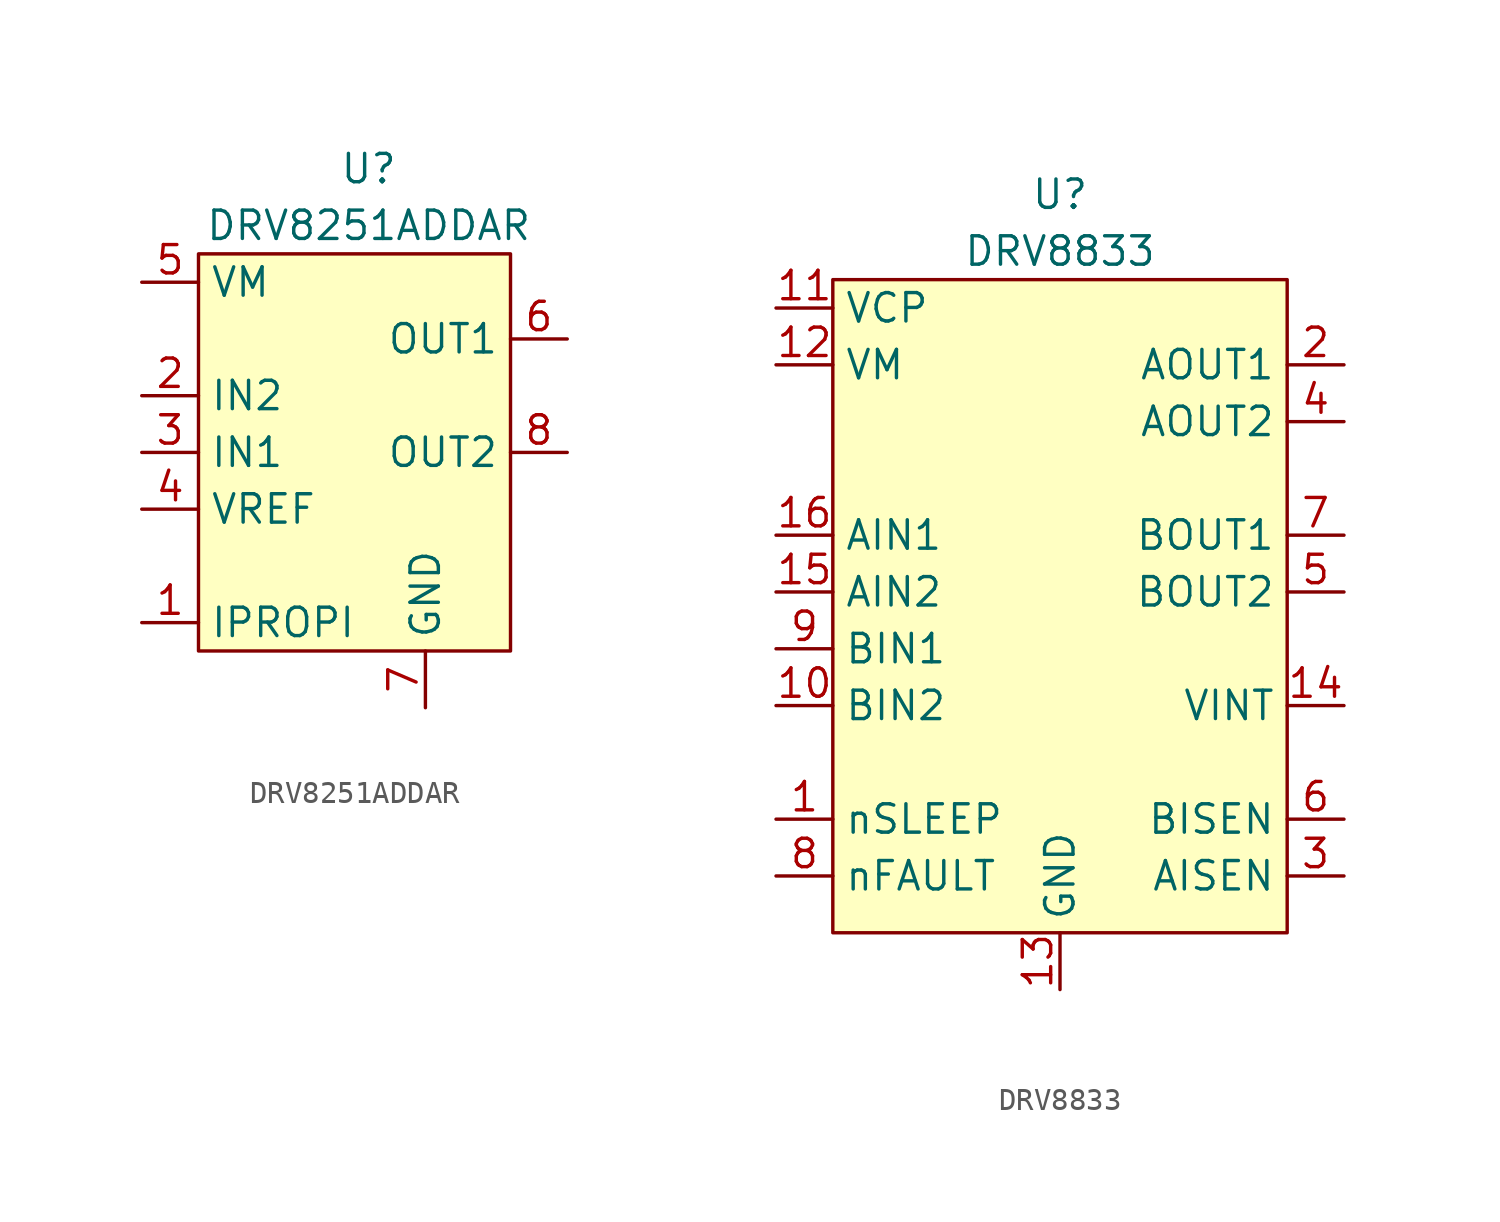
<source format=kicad_sym>
(kicad_symbol_lib
  (version 20220914)
  (generator kicad_symbol_editor)
  (symbol "DRV8251ADDAR"
    (property "Reference" "U"
      (at 0 5.08 0)
      (effects (font (size 1.27 1.27))))
    (property "Value" "DRV8251ADDAR"
      (at 0 2.54 0)
      (effects (font (size 1.27 1.27))))
    (symbol "DRV8251ADDAR_0_1"
      (rectangle (start 6.35 -16.51) (end -7.62 1.27) (stroke (width 0) (type default)) (fill (type background))))
    (symbol "DRV8251ADDAR_1_1"
      (pin output line (at -10.16 -15.24 0) (length 2.54) (name "IPROPI" (effects (font (size 1.27 1.27)))) (number "1" (effects (font (size 1.27 1.27)))))
      (pin input line (at -10.16 -5.08 0) (length 2.54) (name "IN2" (effects (font (size 1.27 1.27)))) (number "2" (effects (font (size 1.27 1.27)))))
      (pin input line (at -10.16 -7.62 0) (length 2.54) (name "IN1" (effects (font (size 1.27 1.27)))) (number "3" (effects (font (size 1.27 1.27)))))
      (pin input line (at -10.16 -10.16 0) (length 2.54) (name "VREF" (effects (font (size 1.27 1.27)))) (number "4" (effects (font (size 1.27 1.27)))))
      (pin power_in line (at -10.16 0 0) (length 2.54) (name "VM" (effects (font (size 1.27 1.27)))) (number "5" (effects (font (size 1.27 1.27)))))
      (pin power_out line (at 8.89 -2.54 180) (length 2.54) (name "OUT1" (effects (font (size 1.27 1.27)))) (number "6" (effects (font (size 1.27 1.27)))))
      (pin power_in line (at 2.54 -19.05 90) (length 2.54) (name "GND" (effects (font (size 1.27 1.27)))) (number "7" (effects (font (size 1.27 1.27)))))
      (pin power_out line (at 8.89 -7.62 180) (length 2.54) (name "OUT2" (effects (font (size 1.27 1.27)))) (number "8" (effects (font (size 1.27 1.27)))))
      (pin power_in line (at 2.54 -19.05 90) (length 2.54) hide (name "GND" (effects (font (size 1.27 1.27)))) (number "9" (effects (font (size 1.27 1.27)))))))
  (symbol "DRV8833"
    (property "Reference" "U"
      (at 0 5.08 0)
      (effects (font (size 1.27 1.27))))
    (property "Value" "DRV8833"
      (at 0 2.54 0)
      (effects (font (size 1.27 1.27))))
    (symbol "DRV8833_1_1"
      (rectangle (start -10.16 1.27) (end 10.16 -27.94) (stroke (width 0) (type default)) (fill (type background)))
      (pin input line (at -12.7 -22.86 0) (length 2.54) (name "nSLEEP" (effects (font (size 1.27 1.27)))) (number "1" (effects (font (size 1.27 1.27)))))
      (pin input line (at -12.7 -17.78 0) (length 2.54) (name "BIN2" (effects (font (size 1.27 1.27)))) (number "10" (effects (font (size 1.27 1.27)))))
      (pin passive line (at -12.7 0 0) (length 2.54) (name "VCP" (effects (font (size 1.27 1.27)))) (number "11" (effects (font (size 1.27 1.27)))))
      (pin power_in line (at -12.7 -2.54 0) (length 2.54) (name "VM" (effects (font (size 1.27 1.27)))) (number "12" (effects (font (size 1.27 1.27)))))
      (pin power_in line (at 0 -30.48 90) (length 2.54) (name "GND" (effects (font (size 1.27 1.27)))) (number "13" (effects (font (size 1.27 1.27)))))
      (pin passive line (at 12.7 -17.78 180) (length 2.54) (name "VINT" (effects (font (size 1.27 1.27)))) (number "14" (effects (font (size 1.27 1.27)))))
      (pin input line (at -12.7 -12.7 0) (length 2.54) (name "AIN2" (effects (font (size 1.27 1.27)))) (number "15" (effects (font (size 1.27 1.27)))))
      (pin input line (at -12.7 -10.16 0) (length 2.54) (name "AIN1" (effects (font (size 1.27 1.27)))) (number "16" (effects (font (size 1.27 1.27)))))
      (pin power_in line (at 0 -30.48 90) (length 2.54) hide (name "GND" (effects (font (size 1.27 1.27)))) (number "17" (effects (font (size 1.27 1.27)))))
      (pin power_out line (at 12.7 -2.54 180) (length 2.54) (name "AOUT1" (effects (font (size 1.27 1.27)))) (number "2" (effects (font (size 1.27 1.27)))))
      (pin passive line (at 12.7 -25.4 180) (length 2.54) (name "AISEN" (effects (font (size 1.27 1.27)))) (number "3" (effects (font (size 1.27 1.27)))))
      (pin power_out line (at 12.7 -5.08 180) (length 2.54) (name "AOUT2" (effects (font (size 1.27 1.27)))) (number "4" (effects (font (size 1.27 1.27)))))
      (pin power_out line (at 12.7 -12.7 180) (length 2.54) (name "BOUT2" (effects (font (size 1.27 1.27)))) (number "5" (effects (font (size 1.27 1.27)))))
      (pin passive line (at 12.7 -22.86 180) (length 2.54) (name "BISEN" (effects (font (size 1.27 1.27)))) (number "6" (effects (font (size 1.27 1.27)))))
      (pin power_out line (at 12.7 -10.16 180) (length 2.54) (name "BOUT1" (effects (font (size 1.27 1.27)))) (number "7" (effects (font (size 1.27 1.27)))))
      (pin open_collector line (at -12.7 -25.4 0) (length 2.54) (name "nFAULT" (effects (font (size 1.27 1.27)))) (number "8" (effects (font (size 1.27 1.27)))))
      (pin input line (at -12.7 -15.24 0) (length 2.54) (name "BIN1" (effects (font (size 1.27 1.27)))) (number "9" (effects (font (size 1.27 1.27))))))))
</source>
